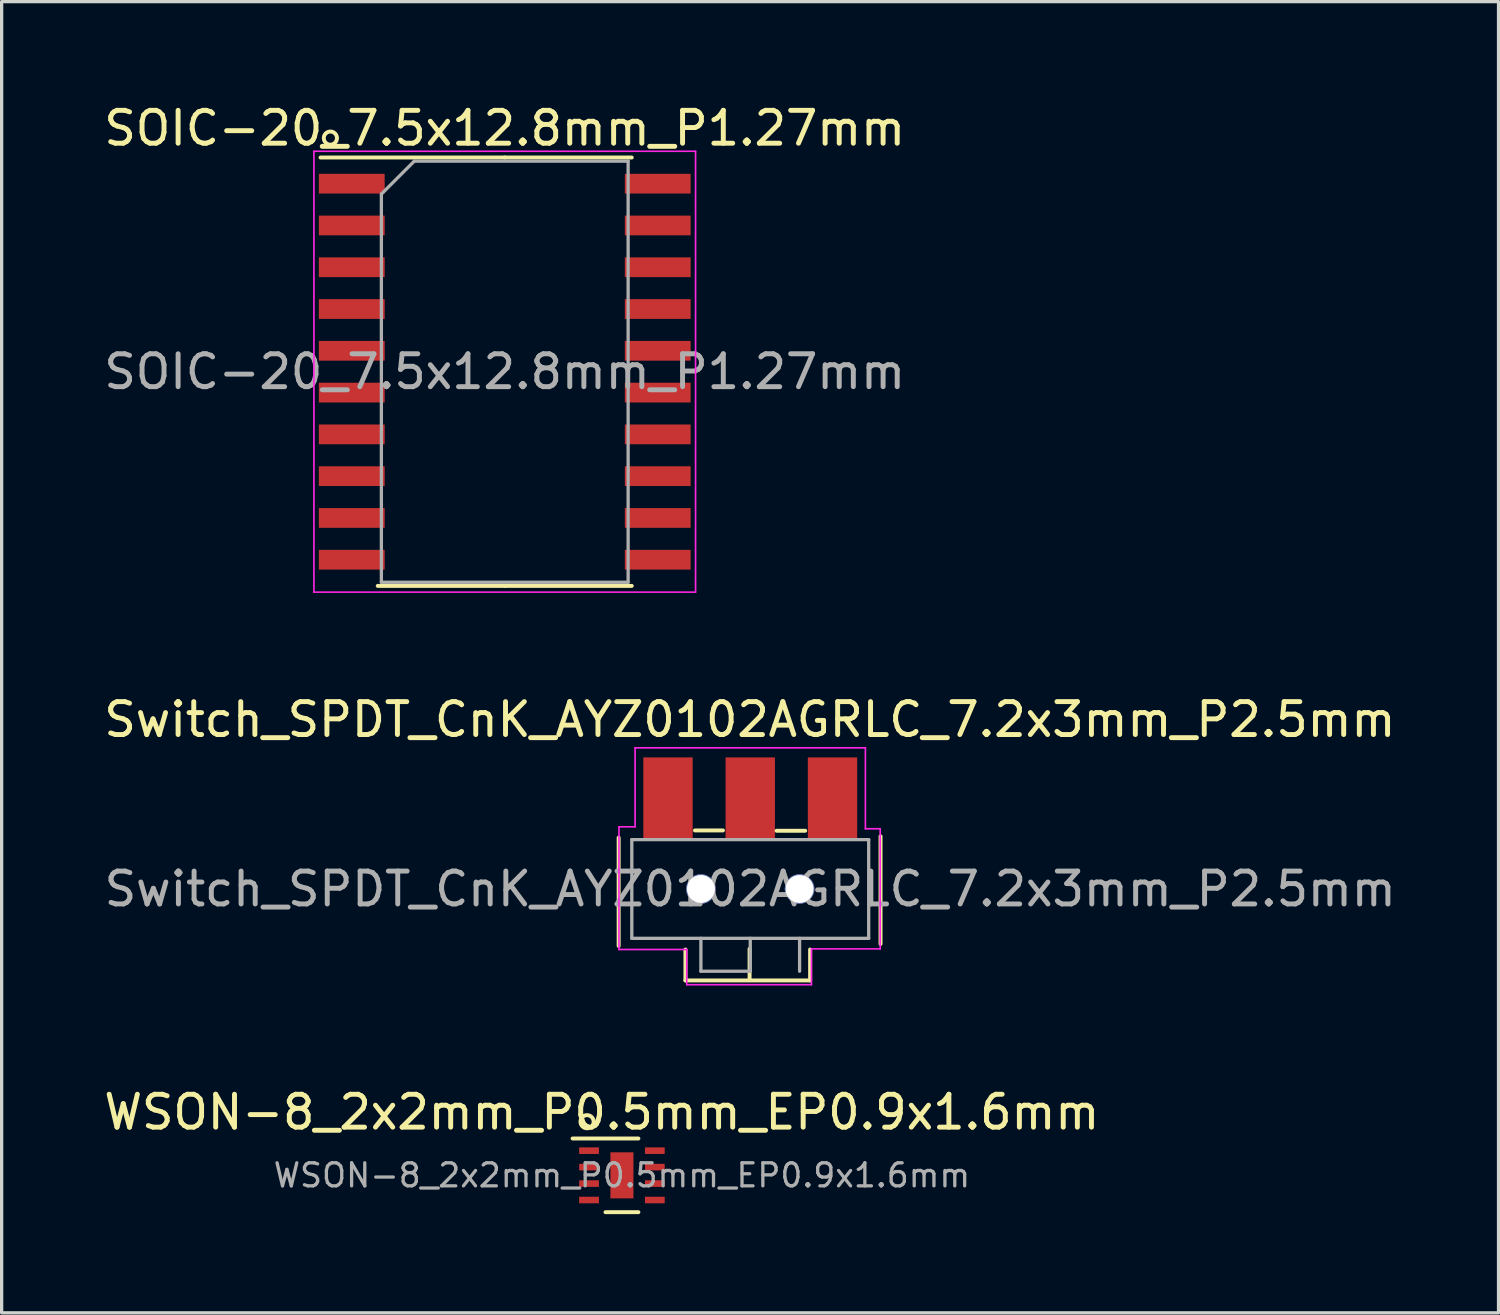
<source format=kicad_pcb>
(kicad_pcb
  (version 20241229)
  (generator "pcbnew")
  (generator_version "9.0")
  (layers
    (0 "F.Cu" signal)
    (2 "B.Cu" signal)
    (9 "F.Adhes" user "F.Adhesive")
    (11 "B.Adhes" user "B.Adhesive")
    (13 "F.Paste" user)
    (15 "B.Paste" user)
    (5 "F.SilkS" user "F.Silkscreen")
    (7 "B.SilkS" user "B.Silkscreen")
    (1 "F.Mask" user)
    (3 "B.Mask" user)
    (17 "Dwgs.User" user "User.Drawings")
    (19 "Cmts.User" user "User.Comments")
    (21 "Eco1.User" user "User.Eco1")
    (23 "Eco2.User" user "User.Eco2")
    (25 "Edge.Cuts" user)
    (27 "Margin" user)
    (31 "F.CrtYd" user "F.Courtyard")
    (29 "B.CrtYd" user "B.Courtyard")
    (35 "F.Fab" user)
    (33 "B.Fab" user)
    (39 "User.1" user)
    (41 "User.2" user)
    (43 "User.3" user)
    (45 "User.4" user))
  (footprint "SOIC-20_7.5x12.8mm_P1.27mm"
    (layer "F.Cu")
    (at 12.292 8.248)
    (property "Reference" "SOIC-20_7.5x12.8mm_P1.27mm" (at 0 -7.4 0) (layer "F.SilkS") (effects (font (size 1 1) (thickness 0.15))))
    (attr smd)
    (fp_line (start 0 -6.51) (end -5.6 -6.51) (stroke (width 0.12) (type solid)) (layer "F.SilkS"))
    (fp_line (start 0 -6.51) (end 3.86 -6.51) (stroke (width 0.12) (type solid)) (layer "F.SilkS"))
    (fp_line (start 0 6.51) (end -3.86 6.51) (stroke (width 0.12) (type solid)) (layer "F.SilkS"))
    (fp_line (start 0 6.51) (end 3.86 6.51) (stroke (width 0.12) (type solid)) (layer "F.SilkS"))
    (fp_circle (center -5.3 -7.1) (end -5.1 -7.1) (stroke (width 0.12) (type solid)) (fill no) (layer "F.SilkS"))
    (fp_line (start -5.8 -6.7) (end 5.8 -6.7) (stroke (width 0.05) (type solid)) (layer "F.CrtYd"))
    (fp_line (start -5.8 6.7) (end -5.8 -6.7) (stroke (width 0.05) (type solid)) (layer "F.CrtYd"))
    (fp_line (start 5.8 -6.7) (end 5.8 6.7) (stroke (width 0.05) (type solid)) (layer "F.CrtYd"))
    (fp_line (start 5.8 6.7) (end -5.8 6.7) (stroke (width 0.05) (type solid)) (layer "F.CrtYd"))
    (fp_line (start -3.75 -5.4) (end -2.75 -6.4) (stroke (width 0.1) (type solid)) (layer "F.Fab"))
    (fp_line (start -3.75 6.4) (end -3.75 -5.4) (stroke (width 0.1) (type solid)) (layer "F.Fab"))
    (fp_line (start -2.75 -6.4) (end 3.75 -6.4) (stroke (width 0.1) (type solid)) (layer "F.Fab"))
    (fp_line (start 3.75 -6.4) (end 3.75 6.4) (stroke (width 0.1) (type solid)) (layer "F.Fab"))
    (fp_line (start 3.75 6.4) (end -3.75 6.4) (stroke (width 0.1) (type solid)) (layer "F.Fab"))
    (fp_text user "${REFERENCE}" (at 0 0 0) (layer "F.Fab") (effects (font (size 1 1) (thickness 0.15))))
    (pad "1" smd rect (at -4.65 -5.715) (size 2 0.6) (layers "F.Cu" "F.Mask" "F.Paste"))
    (pad "2" smd rect (at -4.65 -4.445) (size 2 0.6) (layers "F.Cu" "F.Mask" "F.Paste"))
    (pad "3" smd rect (at -4.65 -3.175) (size 2 0.6) (layers "F.Cu" "F.Mask" "F.Paste"))
    (pad "4" smd rect (at -4.65 -1.905) (size 2 0.6) (layers "F.Cu" "F.Mask" "F.Paste"))
    (pad "5" smd rect (at -4.65 -0.635) (size 2 0.6) (layers "F.Cu" "F.Mask" "F.Paste"))
    (pad "6" smd rect (at -4.65 0.635) (size 2 0.6) (layers "F.Cu" "F.Mask" "F.Paste"))
    (pad "7" smd rect (at -4.65 1.905) (size 2 0.6) (layers "F.Cu" "F.Mask" "F.Paste"))
    (pad "8" smd rect (at -4.65 3.175) (size 2 0.6) (layers "F.Cu" "F.Mask" "F.Paste"))
    (pad "9" smd rect (at -4.65 4.445) (size 2 0.6) (layers "F.Cu" "F.Mask" "F.Paste"))
    (pad "10" smd rect (at -4.65 5.715) (size 2 0.6) (layers "F.Cu" "F.Mask" "F.Paste"))
    (pad "11" smd rect (at 4.65 5.715) (size 2 0.6) (layers "F.Cu" "F.Mask" "F.Paste"))
    (pad "12" smd rect (at 4.65 4.445) (size 2 0.6) (layers "F.Cu" "F.Mask" "F.Paste"))
    (pad "13" smd rect (at 4.65 3.175) (size 2 0.6) (layers "F.Cu" "F.Mask" "F.Paste"))
    (pad "14" smd rect (at 4.65 1.905) (size 2 0.6) (layers "F.Cu" "F.Mask" "F.Paste"))
    (pad "15" smd rect (at 4.65 0.635) (size 2 0.6) (layers "F.Cu" "F.Mask" "F.Paste"))
    (pad "16" smd rect (at 4.65 -0.635) (size 2 0.6) (layers "F.Cu" "F.Mask" "F.Paste"))
    (pad "17" smd rect (at 4.65 -1.905) (size 2 0.6) (layers "F.Cu" "F.Mask" "F.Paste"))
    (pad "18" smd rect (at 4.65 -3.175) (size 2 0.6) (layers "F.Cu" "F.Mask" "F.Paste"))
    (pad "19" smd rect (at 4.65 -4.445) (size 2 0.6) (layers "F.Cu" "F.Mask" "F.Paste"))
    (pad "20" smd rect (at 4.65 -5.715) (size 2 0.6) (layers "F.Cu" "F.Mask" "F.Paste")))
  (footprint "WSON-8_2x2mm_P0.5mm_EP0.9x1.6mm"
    (layer "F.Cu")
    (at 15.854 32.675)
    (property "Reference" "WSON-8_2x2mm_P0.5mm_EP0.9x1.6mm" (at -0.61 -1.92 0) (layer "F.SilkS") (effects (font (size 1 1) (thickness 0.15))))
    (attr smd)
    (fp_line (start -1.5 -1.12) (end 0.5 -1.12) (stroke (width 0.12) (type solid)) (layer "F.SilkS"))
    (fp_line (start 0.5 1.12) (end -0.5 1.12) (stroke (width 0.12) (type solid)) (layer "F.SilkS"))
    (fp_circle (center -1.06 -1.63) (end -0.86 -1.63) (stroke (width 0.12) (type solid)) (fill no) (layer "F.SilkS"))
    (fp_text user "${REFERENCE}" (at 0 0 0) (layer "F.Fab") (effects (font (size 0.7 0.7) (thickness 0.1))))
    (pad "1" smd rect (at -1 -0.75) (size 0.6 0.2) (layers "F.Cu" "F.Mask" "F.Paste"))
    (pad "2" smd rect (at -1 -0.25) (size 0.6 0.2) (layers "F.Cu" "F.Mask" "F.Paste"))
    (pad "3" smd rect (at -1 0.25) (size 0.6 0.2) (layers "F.Cu" "F.Mask" "F.Paste"))
    (pad "4" smd rect (at -1 0.75) (size 0.6 0.2) (layers "F.Cu" "F.Mask" "F.Paste"))
    (pad "5" smd rect (at 1 0.75) (size 0.6 0.2) (layers "F.Cu" "F.Mask" "F.Paste"))
    (pad "6" smd rect (at 1 0.25) (size 0.6 0.2) (layers "F.Cu" "F.Mask" "F.Paste"))
    (pad "7" smd rect (at 1 -0.25) (size 0.6 0.2) (layers "F.Cu" "F.Mask" "F.Paste"))
    (pad "8" smd rect (at 1 -0.75) (size 0.6 0.2) (layers "F.Cu" "F.Mask" "F.Paste"))
    (pad "9" smd rect (at 0 0) (size 0.7 1.4) (layers "F.Cu" "F.Mask")))
  (footprint "Switch_SPDT_CnK_AYZ0102AGRLC_7.2x3mm_P2.5mm"
    (layer "F.Cu")
    (at 19.754 23.971)
    (property "Reference" "Switch_SPDT_CnK_AYZ0102AGRLC_7.2x3mm_P2.5mm" (at -0.01 -5.15 0) (layer "F.SilkS") (effects (font (size 1 1) (thickness 0.15))))
    (attr smd)
    (fp_line (start -4 -1.56) (end -4 1.73) (stroke (width 0.12) (type solid)) (layer "F.SilkS"))
    (fp_line (start -1.97 1.84) (end -1.97 2.78) (stroke (width 0.12) (type solid)) (layer "F.SilkS"))
    (fp_line (start -1.97 2.78) (end 1.82 2.78) (stroke (width 0.12) (type solid)) (layer "F.SilkS"))
    (fp_line (start -1.68 -1.78) (end -0.83 -1.78) (stroke (width 0.12) (type solid)) (layer "F.SilkS"))
    (fp_line (start -0.02 1.82) (end -0.02 2.77) (stroke (width 0.12) (type solid)) (layer "F.SilkS"))
    (fp_line (start 0.8 -1.77) (end 1.67 -1.77) (stroke (width 0.12) (type solid)) (layer "F.SilkS"))
    (fp_line (start 1.82 2.78) (end 1.82 1.84) (stroke (width 0.12) (type solid)) (layer "F.SilkS"))
    (fp_line (start 3.96 -1.6) (end 3.96 1.67) (stroke (width 0.12) (type solid)) (layer "F.SilkS"))
    (fp_line (start -3.99 -1.89) (end -3.5 -1.89) (stroke (width 0.05) (type solid)) (layer "F.CrtYd"))
    (fp_line (start -3.99 1.84) (end -3.99 -1.89) (stroke (width 0.05) (type solid)) (layer "F.CrtYd"))
    (fp_line (start -3.5 -1.89) (end -3.5 -4.29) (stroke (width 0.05) (type solid)) (layer "F.CrtYd"))
    (fp_line (start -1.93 1.84) (end -3.99 1.84) (stroke (width 0.05) (type solid)) (layer "F.CrtYd"))
    (fp_line (start -1.93 2.91) (end -1.93 1.84) (stroke (width 0.05) (type solid)) (layer "F.CrtYd"))
    (fp_line (start 1.86 1.82) (end 1.86 2.91) (stroke (width 0.05) (type solid)) (layer "F.CrtYd"))
    (fp_line (start 1.86 2.91) (end -1.93 2.91) (stroke (width 0.05) (type solid)) (layer "F.CrtYd"))
    (fp_line (start 3.5 -4.29) (end -3.5 -4.29) (stroke (width 0.05) (type solid)) (layer "F.CrtYd"))
    (fp_line (start 3.5 -4.29) (end 3.5 -1.83) (stroke (width 0.05) (type solid)) (layer "F.CrtYd"))
    (fp_line (start 3.5 -1.83) (end 3.95 -1.83) (stroke (width 0.05) (type solid)) (layer "F.CrtYd"))
    (fp_line (start 3.95 -1.83) (end 3.95 1.82) (stroke (width 0.05) (type solid)) (layer "F.CrtYd"))
    (fp_line (start 3.95 1.82) (end 1.86 1.82) (stroke (width 0.05) (type solid)) (layer "F.CrtYd"))
    (fp_line (start -3.6 -1.5) (end -3.6 1.5) (stroke (width 0.1) (type solid)) (layer "F.Fab"))
    (fp_line (start -3.6 -1.5) (end 3.6 -1.5) (stroke (width 0.1) (type solid)) (layer "F.Fab"))
    (fp_line (start -1.5 2.5) (end -1.5 1.5) (stroke (width 0.1) (type solid)) (layer "F.Fab"))
    (fp_line (start -1.5 2.5) (end 0 2.5) (stroke (width 0.1) (type solid)) (layer "F.Fab"))
    (fp_line (start 0 2.5) (end 0 1.5) (stroke (width 0.1) (type solid)) (layer "F.Fab"))
    (fp_line (start 1.5 2.5) (end 1.5 1.5) (stroke (width 0.1) (type solid)) (layer "F.Fab"))
    (fp_line (start 3.6 -1.5) (end 3.6 1.5) (stroke (width 0.1) (type solid)) (layer "F.Fab"))
    (fp_line (start 3.6 1.5) (end -3.6 1.5) (stroke (width 0.1) (type solid)) (layer "F.Fab"))
    (fp_text user "${REFERENCE}" (at 0 0 0) (layer "F.Fab") (effects (font (size 1 1) (thickness 0.15))))
    (pad "" np_thru_hole circle (at -1.5 0) (size 0.9 0.9) (drill 0.85) (layers "*.Cu" "*.Mask"))
    (pad "" np_thru_hole circle (at 1.5 0) (size 0.9 0.9) (drill 0.85) (layers "*.Cu" "*.Mask"))
    (pad "1" smd rect (at -2.5 -2.75) (size 1.5 2.5) (layers "F.Cu" "F.Mask" "F.Paste"))
    (pad "2" smd rect (at 0 -2.75) (size 1.5 2.5) (layers "F.Cu" "F.Mask" "F.Paste"))
    (pad "3" smd rect (at 2.5 -2.75) (size 1.5 2.5) (layers "F.Cu" "F.Mask" "F.Paste")))
  (gr_rect
    (start -3 -3)
    (end 42.498 36.855)
    (stroke (width 0.1) (type default))
    (fill no)
    (layer "Edge.Cuts")))
</source>
